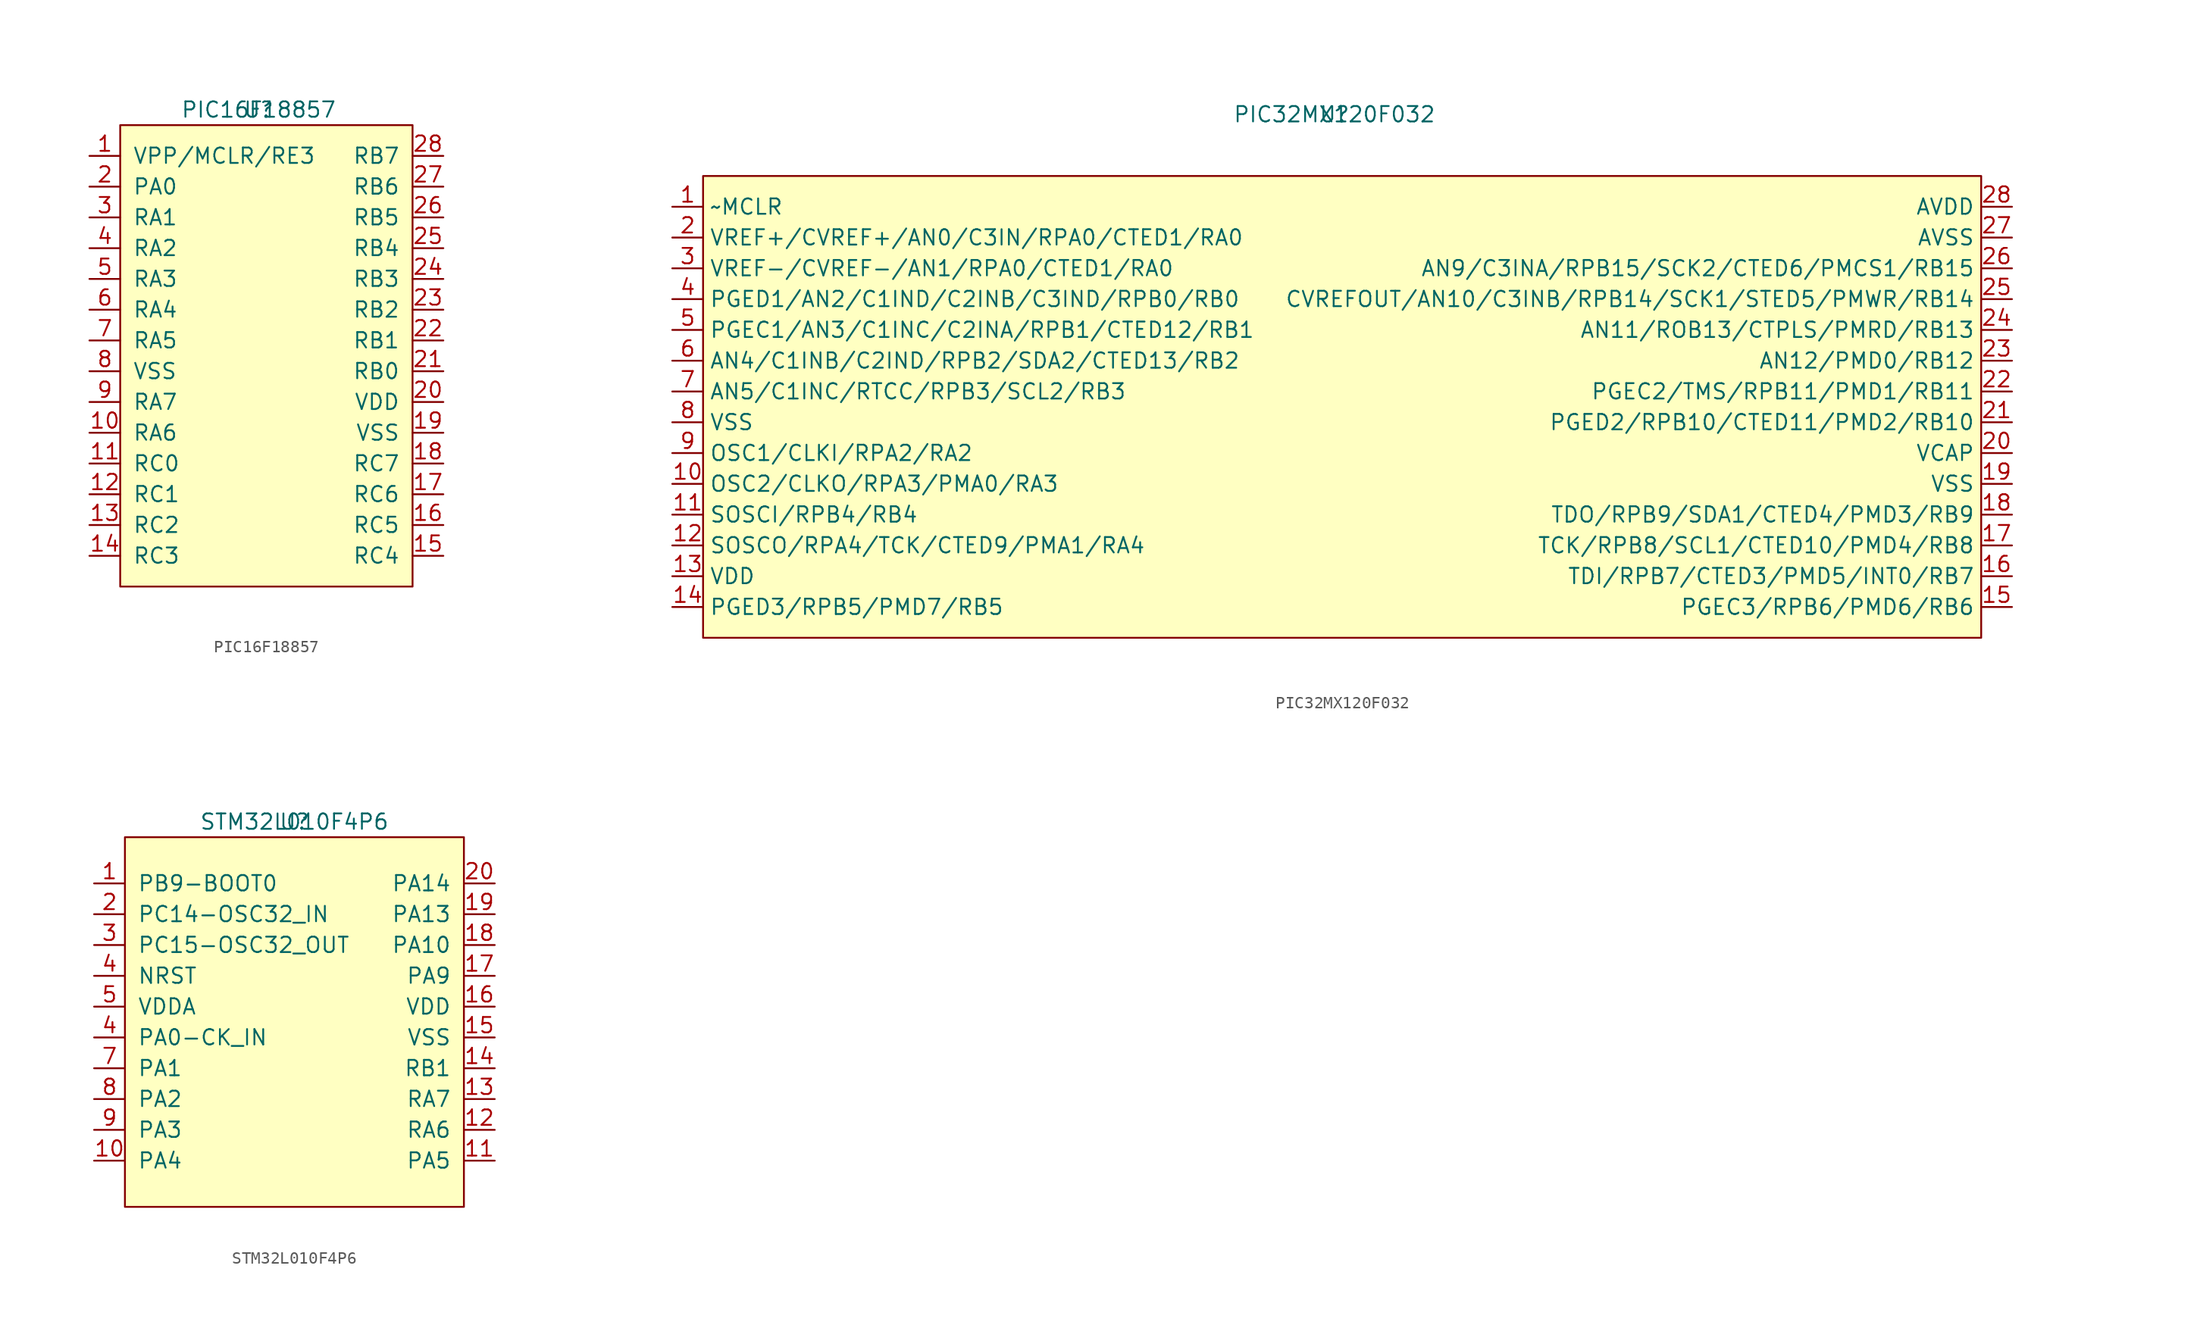
<source format=kicad_sym>
(kicad_symbol_lib
  (version 20211014)
  (generator kicad_symbol_editor)
  (symbol "PIC16F18857"
    (pin_names
      (offset 1.016))
    (property "Reference" "U"
      (at 0 0 0)
      (effects (font (size 1.27 1.27))))
    (property "Value" "PIC16F18857"
      (at 0 0 0)
      (effects (font (size 1.27 1.27))))
    (symbol "PIC16F18857_0_1"
      (rectangle (start -11.43 -1.27) (end 12.7 -39.37) (stroke (width 0) (type default) (color 0 0 0 0)) (fill (type background))))
    (symbol "PIC16F18857_1_1"
      (pin input line (at -13.97 -3.81 0) (length 2.54) (name "VPP/MCLR/RE3" (effects (font (size 1.27 1.27)))) (number "1" (effects (font (size 1.27 1.27)))))
      (pin bidirectional line (at -13.97 -26.67 0) (length 2.54) (name "RA6" (effects (font (size 1.27 1.27)))) (number "10" (effects (font (size 1.27 1.27)))))
      (pin bidirectional line (at -13.97 -29.21 0) (length 2.54) (name "RC0" (effects (font (size 1.27 1.27)))) (number "11" (effects (font (size 1.27 1.27)))))
      (pin bidirectional line (at -13.97 -31.75 0) (length 2.54) (name "RC1" (effects (font (size 1.27 1.27)))) (number "12" (effects (font (size 1.27 1.27)))))
      (pin bidirectional line (at -13.97 -34.29 0) (length 2.54) (name "RC2" (effects (font (size 1.27 1.27)))) (number "13" (effects (font (size 1.27 1.27)))))
      (pin bidirectional line (at -13.97 -36.83 0) (length 2.54) (name "RC3" (effects (font (size 1.27 1.27)))) (number "14" (effects (font (size 1.27 1.27)))))
      (pin power_in line (at 15.24 -36.83 180) (length 2.54) (name "RC4" (effects (font (size 1.27 1.27)))) (number "15" (effects (font (size 1.27 1.27)))))
      (pin power_in line (at 15.24 -34.29 180) (length 2.54) (name "RC5" (effects (font (size 1.27 1.27)))) (number "16" (effects (font (size 1.27 1.27)))))
      (pin power_in line (at 15.24 -31.75 180) (length 2.54) (name "RC6" (effects (font (size 1.27 1.27)))) (number "17" (effects (font (size 1.27 1.27)))))
      (pin power_in line (at 15.24 -29.21 180) (length 2.54) (name "RC7" (effects (font (size 1.27 1.27)))) (number "18" (effects (font (size 1.27 1.27)))))
      (pin power_in line (at 15.24 -26.67 180) (length 2.54) (name "VSS" (effects (font (size 1.27 1.27)))) (number "19" (effects (font (size 1.27 1.27)))))
      (pin bidirectional line (at -13.97 -6.35 0) (length 2.54) (name "PA0" (effects (font (size 1.27 1.27)))) (number "2" (effects (font (size 1.27 1.27)))))
      (pin power_in line (at 15.24 -24.13 180) (length 2.54) (name "VDD" (effects (font (size 1.27 1.27)))) (number "20" (effects (font (size 1.27 1.27)))))
      (pin bidirectional line (at 15.24 -21.59 180) (length 2.54) (name "RB0" (effects (font (size 1.27 1.27)))) (number "21" (effects (font (size 1.27 1.27)))))
      (pin bidirectional line (at 15.24 -19.05 180) (length 2.54) (name "RB1" (effects (font (size 1.27 1.27)))) (number "22" (effects (font (size 1.27 1.27)))))
      (pin bidirectional line (at 15.24 -16.51 180) (length 2.54) (name "RB2" (effects (font (size 1.27 1.27)))) (number "23" (effects (font (size 1.27 1.27)))))
      (pin bidirectional line (at 15.24 -13.97 180) (length 2.54) (name "RB3" (effects (font (size 1.27 1.27)))) (number "24" (effects (font (size 1.27 1.27)))))
      (pin bidirectional line (at 15.24 -11.43 180) (length 2.54) (name "RB4" (effects (font (size 1.27 1.27)))) (number "25" (effects (font (size 1.27 1.27)))))
      (pin bidirectional line (at 15.24 -8.89 180) (length 2.54) (name "RB5" (effects (font (size 1.27 1.27)))) (number "26" (effects (font (size 1.27 1.27)))))
      (pin bidirectional line (at 15.24 -6.35 180) (length 2.54) (name "RB6" (effects (font (size 1.27 1.27)))) (number "27" (effects (font (size 1.27 1.27)))))
      (pin bidirectional line (at 15.24 -3.81 180) (length 2.54) (name "RB7" (effects (font (size 1.27 1.27)))) (number "28" (effects (font (size 1.27 1.27)))))
      (pin bidirectional line (at -13.97 -8.89 0) (length 2.54) (name "RA1" (effects (font (size 1.27 1.27)))) (number "3" (effects (font (size 1.27 1.27)))))
      (pin bidirectional line (at -13.97 -11.43 0) (length 2.54) (name "RA2" (effects (font (size 1.27 1.27)))) (number "4" (effects (font (size 1.27 1.27)))))
      (pin bidirectional line (at -13.97 -13.97 0) (length 2.54) (name "RA3" (effects (font (size 1.27 1.27)))) (number "5" (effects (font (size 1.27 1.27)))))
      (pin bidirectional line (at -13.97 -16.51 0) (length 2.54) (name "RA4" (effects (font (size 1.27 1.27)))) (number "6" (effects (font (size 1.27 1.27)))))
      (pin bidirectional line (at -13.97 -19.05 0) (length 2.54) (name "RA5" (effects (font (size 1.27 1.27)))) (number "7" (effects (font (size 1.27 1.27)))))
      (pin power_in line (at -13.97 -21.59 0) (length 2.54) (name "VSS" (effects (font (size 1.27 1.27)))) (number "8" (effects (font (size 1.27 1.27)))))
      (pin bidirectional line (at -13.97 -24.13 0) (length 2.54) (name "RA7" (effects (font (size 1.27 1.27)))) (number "9" (effects (font (size 1.27 1.27)))))))
  (symbol "PIC32MX120F032"
    (property "Reference" "U"
      (at 0 0 0)
      (effects (font (size 1.27 1.27))))
    (property "Value" "PIC32MX120F032"
      (at 0 0 0)
      (effects (font (size 1.27 1.27))))
    (symbol "PIC32MX120F032_0_1"
      (rectangle (start -52.07 -5.08) (end 53.34 -43.18) (stroke (width 0) (type default) (color 0 0 0 0)) (fill (type background))))
    (symbol "PIC32MX120F032_1_1"
      (pin input line (at -54.61 -7.62 0) (length 2.54) (name "~MCLR" (effects (font (size 1.27 1.27)))) (number "1" (effects (font (size 1.27 1.27)))))
      (pin tri_state line (at -54.61 -30.48 0) (length 2.54) (name "OSC2/CLKO/RPA3/PMA0/RA3" (effects (font (size 1.27 1.27)))) (number "10" (effects (font (size 1.27 1.27)))))
      (pin tri_state line (at -54.61 -33.02 0) (length 2.54) (name "SOSCI/RPB4/RB4" (effects (font (size 1.27 1.27)))) (number "11" (effects (font (size 1.27 1.27)))))
      (pin tri_state line (at -54.61 -35.56 0) (length 2.54) (name "SOSCO/RPA4/TCK/CTED9/PMA1/RA4" (effects (font (size 1.27 1.27)))) (number "12" (effects (font (size 1.27 1.27)))))
      (pin power_in line (at -54.61 -38.1 0) (length 2.54) (name "VDD" (effects (font (size 1.27 1.27)))) (number "13" (effects (font (size 1.27 1.27)))))
      (pin tri_state line (at -54.61 -40.64 0) (length 2.54) (name "PGED3/RPB5/PMD7/RB5" (effects (font (size 1.27 1.27)))) (number "14" (effects (font (size 1.27 1.27)))))
      (pin tri_state line (at 55.88 -40.64 180) (length 2.54) (name "PGEC3/RPB6/PMD6/RB6" (effects (font (size 1.27 1.27)))) (number "15" (effects (font (size 1.27 1.27)))))
      (pin tri_state line (at 55.88 -38.1 180) (length 2.54) (name "TDI/RPB7/CTED3/PMD5/INT0/RB7" (effects (font (size 1.27 1.27)))) (number "16" (effects (font (size 1.27 1.27)))))
      (pin tri_state line (at 55.88 -35.56 180) (length 2.54) (name "TCK/RPB8/SCL1/CTED10/PMD4/RB8" (effects (font (size 1.27 1.27)))) (number "17" (effects (font (size 1.27 1.27)))))
      (pin tri_state line (at 55.88 -33.02 180) (length 2.54) (name "TDO/RPB9/SDA1/CTED4/PMD3/RB9" (effects (font (size 1.27 1.27)))) (number "18" (effects (font (size 1.27 1.27)))))
      (pin power_in line (at 55.88 -30.48 180) (length 2.54) (name "VSS" (effects (font (size 1.27 1.27)))) (number "19" (effects (font (size 1.27 1.27)))))
      (pin tri_state line (at -54.61 -10.16 0) (length 2.54) (name "VREF+/CVREF+/AN0/C3IN/RPA0/CTED1/RA0" (effects (font (size 1.27 1.27)))) (number "2" (effects (font (size 1.27 1.27)))))
      (pin power_out line (at 55.88 -27.94 180) (length 2.54) (name "VCAP" (effects (font (size 1.27 1.27)))) (number "20" (effects (font (size 1.27 1.27)))))
      (pin tri_state line (at 55.88 -25.4 180) (length 2.54) (name "PGED2/RPB10/CTED11/PMD2/RB10" (effects (font (size 1.27 1.27)))) (number "21" (effects (font (size 1.27 1.27)))))
      (pin tri_state line (at 55.88 -22.86 180) (length 2.54) (name "PGEC2/TMS/RPB11/PMD1/RB11" (effects (font (size 1.27 1.27)))) (number "22" (effects (font (size 1.27 1.27)))))
      (pin tri_state line (at 55.88 -20.32 180) (length 2.54) (name "AN12/PMD0/RB12" (effects (font (size 1.27 1.27)))) (number "23" (effects (font (size 1.27 1.27)))))
      (pin tri_state line (at 55.88 -17.78 180) (length 2.54) (name "AN11/ROB13/CTPLS/PMRD/RB13" (effects (font (size 1.27 1.27)))) (number "24" (effects (font (size 1.27 1.27)))))
      (pin tri_state line (at 55.88 -15.24 180) (length 2.54) (name "CVREFOUT/AN10/C3INB/RPB14/SCK1/STED5/PMWR/RB14" (effects (font (size 1.27 1.27)))) (number "25" (effects (font (size 1.27 1.27)))))
      (pin tri_state line (at 55.88 -12.7 180) (length 2.54) (name "AN9/C3INA/RPB15/SCK2/CTED6/PMCS1/RB15" (effects (font (size 1.27 1.27)))) (number "26" (effects (font (size 1.27 1.27)))))
      (pin power_in line (at 55.88 -10.16 180) (length 2.54) (name "AVSS" (effects (font (size 1.27 1.27)))) (number "27" (effects (font (size 1.27 1.27)))))
      (pin power_in line (at 55.88 -7.62 180) (length 2.54) (name "AVDD" (effects (font (size 1.27 1.27)))) (number "28" (effects (font (size 1.27 1.27)))))
      (pin tri_state line (at -54.61 -12.7 0) (length 2.54) (name "VREF-/CVREF-/AN1/RPA0/CTED1/RA0" (effects (font (size 1.27 1.27)))) (number "3" (effects (font (size 1.27 1.27)))))
      (pin tri_state line (at -54.61 -15.24 0) (length 2.54) (name "PGED1/AN2/C1IND/C2INB/C3IND/RPB0/RB0" (effects (font (size 1.27 1.27)))) (number "4" (effects (font (size 1.27 1.27)))))
      (pin tri_state line (at -54.61 -17.78 0) (length 2.54) (name "PGEC1/AN3/C1INC/C2INA/RPB1/CTED12/RB1" (effects (font (size 1.27 1.27)))) (number "5" (effects (font (size 1.27 1.27)))))
      (pin tri_state line (at -54.61 -20.32 0) (length 2.54) (name "AN4/C1INB/C2IND/RPB2/SDA2/CTED13/RB2" (effects (font (size 1.27 1.27)))) (number "6" (effects (font (size 1.27 1.27)))))
      (pin tri_state line (at -54.61 -22.86 0) (length 2.54) (name "AN5/C1INC/RTCC/RPB3/SCL2/RB3" (effects (font (size 1.27 1.27)))) (number "7" (effects (font (size 1.27 1.27)))))
      (pin power_in line (at -54.61 -25.4 0) (length 2.54) (name "VSS" (effects (font (size 1.27 1.27)))) (number "8" (effects (font (size 1.27 1.27)))))
      (pin tri_state line (at -54.61 -27.94 0) (length 2.54) (name "OSC1/CLKI/RPA2/RA2" (effects (font (size 1.27 1.27)))) (number "9" (effects (font (size 1.27 1.27)))))))
  (symbol "STM32L010F4P6"
    (pin_names
      (offset 1.016))
    (property "Reference" "U"
      (at 0 0 0)
      (effects (font (size 1.27 1.27))))
    (property "Value" "STM32L010F4P6"
      (at 0 0 0)
      (effects (font (size 1.27 1.27))))
    (symbol "STM32L010F4P6_0_1"
      (rectangle (start -13.97 -1.27) (end 13.97 -31.75) (stroke (width 0) (type default) (color 0 0 0 0)) (fill (type background))))
    (symbol "STM32L010F4P6_1_1"
      (pin input line (at -16.51 -5.08 0) (length 2.54) (name "PB9-BOOT0" (effects (font (size 1.27 1.27)))) (number "1" (effects (font (size 1.27 1.27)))))
      (pin input line (at -16.51 -27.94 0) (length 2.54) (name "PA4" (effects (font (size 1.27 1.27)))) (number "10" (effects (font (size 1.27 1.27)))))
      (pin input line (at 16.51 -27.94 180) (length 2.54) (name "PA5" (effects (font (size 1.27 1.27)))) (number "11" (effects (font (size 1.27 1.27)))))
      (pin input line (at 16.51 -25.4 180) (length 2.54) (name "RA6" (effects (font (size 1.27 1.27)))) (number "12" (effects (font (size 1.27 1.27)))))
      (pin input line (at 16.51 -22.86 180) (length 2.54) (name "RA7" (effects (font (size 1.27 1.27)))) (number "13" (effects (font (size 1.27 1.27)))))
      (pin input line (at 16.51 -20.32 180) (length 2.54) (name "RB1" (effects (font (size 1.27 1.27)))) (number "14" (effects (font (size 1.27 1.27)))))
      (pin power_in line (at 16.51 -17.78 180) (length 2.54) (name "VSS" (effects (font (size 1.27 1.27)))) (number "15" (effects (font (size 1.27 1.27)))))
      (pin power_in line (at 16.51 -15.24 180) (length 2.54) (name "VDD" (effects (font (size 1.27 1.27)))) (number "16" (effects (font (size 1.27 1.27)))))
      (pin power_in line (at 16.51 -12.7 180) (length 2.54) (name "PA9" (effects (font (size 1.27 1.27)))) (number "17" (effects (font (size 1.27 1.27)))))
      (pin power_in line (at 16.51 -10.16 180) (length 2.54) (name "PA10" (effects (font (size 1.27 1.27)))) (number "18" (effects (font (size 1.27 1.27)))))
      (pin power_in line (at 16.51 -7.62 180) (length 2.54) (name "PA13" (effects (font (size 1.27 1.27)))) (number "19" (effects (font (size 1.27 1.27)))))
      (pin input line (at -16.51 -7.62 0) (length 2.54) (name "PC14-OSC32_IN" (effects (font (size 1.27 1.27)))) (number "2" (effects (font (size 1.27 1.27)))))
      (pin power_in line (at 16.51 -5.08 180) (length 2.54) (name "PA14" (effects (font (size 1.27 1.27)))) (number "20" (effects (font (size 1.27 1.27)))))
      (pin input line (at -16.51 -10.16 0) (length 2.54) (name "PC15-OSC32_OUT" (effects (font (size 1.27 1.27)))) (number "3" (effects (font (size 1.27 1.27)))))
      (pin input line (at -16.51 -12.7 0) (length 2.54) (name "NRST" (effects (font (size 1.27 1.27)))) (number "4" (effects (font (size 1.27 1.27)))))
      (pin input line (at -16.51 -17.78 0) (length 2.54) (name "PA0-CK_IN" (effects (font (size 1.27 1.27)))) (number "4" (effects (font (size 1.27 1.27)))))
      (pin power_in line (at -16.51 -15.24 0) (length 2.54) (name "VDDA" (effects (font (size 1.27 1.27)))) (number "5" (effects (font (size 1.27 1.27)))))
      (pin input line (at -16.51 -20.32 0) (length 2.54) (name "PA1" (effects (font (size 1.27 1.27)))) (number "7" (effects (font (size 1.27 1.27)))))
      (pin input line (at -16.51 -22.86 0) (length 2.54) (name "PA2" (effects (font (size 1.27 1.27)))) (number "8" (effects (font (size 1.27 1.27)))))
      (pin input line (at -16.51 -25.4 0) (length 2.54) (name "PA3" (effects (font (size 1.27 1.27)))) (number "9" (effects (font (size 1.27 1.27))))))))
</source>
